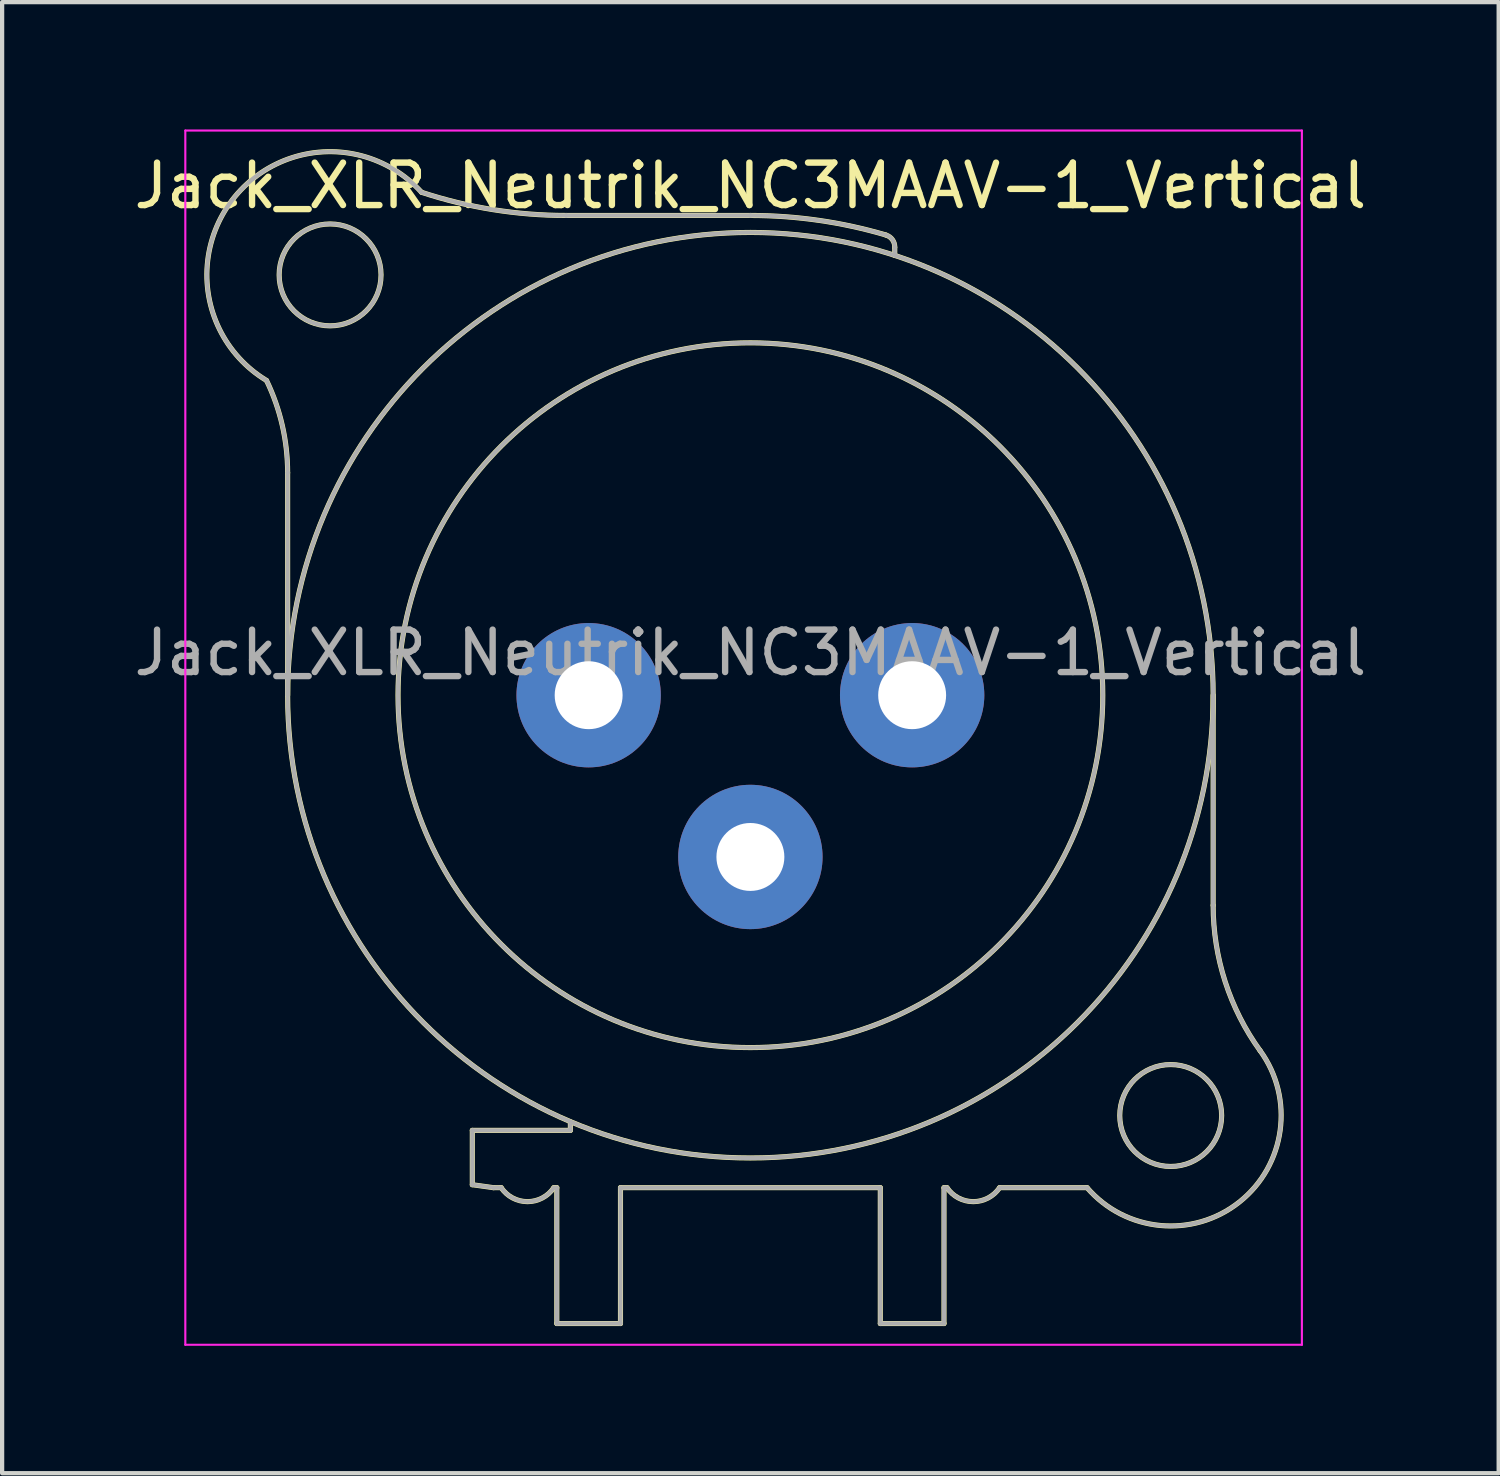
<source format=kicad_pcb>
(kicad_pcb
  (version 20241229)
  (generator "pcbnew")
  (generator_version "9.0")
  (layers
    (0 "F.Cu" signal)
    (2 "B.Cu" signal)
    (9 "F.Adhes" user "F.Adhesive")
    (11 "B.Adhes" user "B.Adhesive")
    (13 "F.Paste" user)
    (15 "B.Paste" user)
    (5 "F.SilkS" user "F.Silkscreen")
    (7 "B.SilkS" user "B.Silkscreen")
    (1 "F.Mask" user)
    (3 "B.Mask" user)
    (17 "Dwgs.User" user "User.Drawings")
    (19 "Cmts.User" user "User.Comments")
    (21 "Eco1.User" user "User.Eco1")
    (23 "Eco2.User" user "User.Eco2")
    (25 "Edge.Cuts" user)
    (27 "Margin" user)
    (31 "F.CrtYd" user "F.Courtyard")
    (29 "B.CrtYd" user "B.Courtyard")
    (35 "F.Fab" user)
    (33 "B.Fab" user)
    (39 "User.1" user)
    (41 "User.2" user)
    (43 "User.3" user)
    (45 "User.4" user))
  (footprint "Jack_XLR_Neutrik_NC3MAAV-1_Vertical"
    (layer "F.Cu")
    (at 10.815 13.325)
    (property "Reference" "Jack_XLR_Neutrik_NC3MAAV-1_Vertical" (at 3.81 -12 0) (layer "F.SilkS") (effects (font (size 1 1) (thickness 0.15))))
    (attr through_hole)
    (fp_line (start -7.09 -5.24) (end -7.09 0) (stroke (width 0.12) (type solid)) (layer "F.SilkS"))
    (fp_line (start -2.74 11.53) (end -2.74 10.25) (stroke (width 0.12) (type solid)) (layer "F.SilkS"))
    (fp_line (start -2.74 11.53) (end -2.24 11.6) (stroke (width 0.12) (type solid)) (layer "F.SilkS"))
    (fp_line (start -2.24 11.6) (end -2.06 11.6) (stroke (width 0.12) (type solid)) (layer "F.SilkS"))
    (fp_line (start -0.75 11.6) (end -0.82 11.6) (stroke (width 0.12) (type solid)) (layer "F.SilkS"))
    (fp_line (start -0.75 11.6) (end -0.75 14.8) (stroke (width 0.12) (type solid)) (layer "F.SilkS"))
    (fp_line (start -0.43 10.25) (end -2.74 10.25) (stroke (width 0.12) (type solid)) (layer "F.SilkS"))
    (fp_line (start -0.43 10.25) (end -0.43 10.05) (stroke (width 0.12) (type solid)) (layer "F.SilkS"))
    (fp_line (start 0.75 11.6) (end 0.75 14.8) (stroke (width 0.12) (type solid)) (layer "F.SilkS"))
    (fp_line (start 0.75 11.6) (end 6.87 11.6) (stroke (width 0.12) (type solid)) (layer "F.SilkS"))
    (fp_line (start 0.75 14.8) (end -0.75 14.8) (stroke (width 0.12) (type solid)) (layer "F.SilkS"))
    (fp_line (start 3.81 -11.3) (end -0.53 -11.3) (stroke (width 0.12) (type solid)) (layer "F.SilkS"))
    (fp_line (start 6.87 11.6) (end 6.87 14.8) (stroke (width 0.12) (type solid)) (layer "F.SilkS"))
    (fp_line (start 7.21 -10.36) (end 7.21 -10.55) (stroke (width 0.12) (type solid)) (layer "F.SilkS"))
    (fp_line (start 8.37 11.6) (end 8.37 14.8) (stroke (width 0.12) (type solid)) (layer "F.SilkS"))
    (fp_line (start 8.37 11.6) (end 8.44 11.6) (stroke (width 0.12) (type solid)) (layer "F.SilkS"))
    (fp_line (start 8.37 14.8) (end 6.87 14.8) (stroke (width 0.12) (type solid)) (layer "F.SilkS"))
    (fp_line (start 9.68 11.6) (end 11.74 11.6) (stroke (width 0.12) (type solid)) (layer "F.SilkS"))
    (fp_line (start 14.71 4.95) (end 14.71 0) (stroke (width 0.12) (type solid)) (layer "F.SilkS"))
    (fp_arc (start -7.588965 -7.414421) (mid -8.331551 -11.74403) (end -3.94 -11.85) (stroke (width 0.12) (type solid)) (layer "F.SilkS"))
    (fp_arc (start -7.584615 -7.408295) (mid -7.215222 -6.351997) (end -7.09 -5.24) (stroke (width 0.12) (type solid)) (layer "F.SilkS"))
    (fp_arc (start -0.820521 11.600769) (mid -1.440464 11.928866) (end -2.06 11.6) (stroke (width 0.12) (type solid)) (layer "F.SilkS"))
    (fp_arc (start -0.53 -11.3) (mid -2.253923 -11.43719) (end -3.934451 -11.845305) (stroke (width 0.12) (type solid)) (layer "F.SilkS"))
    (fp_arc (start 3.81 -11.3) (mid 5.421707 -11.184471) (end 7.000458 -10.840248) (stroke (width 0.12) (type solid)) (layer "F.SilkS"))
    (fp_arc (start 7.004232 -10.837678) (mid 7.156013 -10.728814) (end 7.21 -10.55) (stroke (width 0.12) (type solid)) (layer "F.SilkS"))
    (fp_arc (start 9.679479 11.600769) (mid 9.059536 11.928866) (end 8.44 11.6) (stroke (width 0.12) (type solid)) (layer "F.SilkS"))
    (fp_arc (start 15.815277 8.372002) (mid 14.993173 6.748036) (end 14.71 4.95) (stroke (width 0.12) (type solid)) (layer "F.SilkS"))
    (fp_arc (start 15.815343 8.370807) (mid 15.326014 11.93946) (end 11.74 11.6) (stroke (width 0.12) (type solid)) (layer "F.SilkS"))
    (fp_circle (center -6.09 -9.9) (end -4.89 -9.9) (stroke (width 0.12) (type solid)) (fill no) (layer "F.SilkS"))
    (fp_circle (center 3.81 0) (end 12.11 0) (stroke (width 0.12) (type solid)) (fill no) (layer "F.SilkS"))
    (fp_circle (center 3.81 0) (end 14.71 0) (stroke (width 0.12) (type solid)) (fill no) (layer "F.SilkS"))
    (fp_circle (center 13.71 9.9) (end 14.91 9.9) (stroke (width 0.12) (type solid)) (fill no) (layer "F.SilkS"))
    (fp_line (start -9.5 -13.3) (end 16.8 -13.3) (stroke (width 0.05) (type solid)) (layer "F.CrtYd"))
    (fp_line (start -9.5 15.3) (end -9.5 -13.3) (stroke (width 0.05) (type solid)) (layer "F.CrtYd"))
    (fp_line (start 16.8 -13.3) (end 16.8 15.3) (stroke (width 0.05) (type solid)) (layer "F.CrtYd"))
    (fp_line (start 16.8 15.3) (end -9.5 15.3) (stroke (width 0.05) (type solid)) (layer "F.CrtYd"))
    (fp_line (start -7.09 -5.24) (end -7.09 0) (stroke (width 0.1) (type solid)) (layer "F.Fab"))
    (fp_line (start -2.74 11.53) (end -2.74 10.25) (stroke (width 0.1) (type solid)) (layer "F.Fab"))
    (fp_line (start -2.74 11.53) (end -2.24 11.6) (stroke (width 0.1) (type solid)) (layer "F.Fab"))
    (fp_line (start -2.24 11.6) (end -2.06 11.6) (stroke (width 0.1) (type solid)) (layer "F.Fab"))
    (fp_line (start -0.75 11.6) (end -0.82 11.6) (stroke (width 0.1) (type solid)) (layer "F.Fab"))
    (fp_line (start -0.75 11.6) (end -0.75 14.8) (stroke (width 0.1) (type solid)) (layer "F.Fab"))
    (fp_line (start -0.43 10.25) (end -2.74 10.25) (stroke (width 0.1) (type solid)) (layer "F.Fab"))
    (fp_line (start -0.43 10.25) (end -0.43 10.05) (stroke (width 0.1) (type solid)) (layer "F.Fab"))
    (fp_line (start 0.75 11.6) (end 0.75 14.8) (stroke (width 0.1) (type solid)) (layer "F.Fab"))
    (fp_line (start 0.75 11.6) (end 6.87 11.6) (stroke (width 0.1) (type solid)) (layer "F.Fab"))
    (fp_line (start 0.75 14.8) (end -0.75 14.8) (stroke (width 0.1) (type solid)) (layer "F.Fab"))
    (fp_line (start 3.81 -11.3) (end -0.53 -11.3) (stroke (width 0.1) (type solid)) (layer "F.Fab"))
    (fp_line (start 6.87 11.6) (end 6.87 14.8) (stroke (width 0.1) (type solid)) (layer "F.Fab"))
    (fp_line (start 7.21 -10.36) (end 7.21 -10.55) (stroke (width 0.1) (type solid)) (layer "F.Fab"))
    (fp_line (start 8.37 11.6) (end 8.37 14.8) (stroke (width 0.1) (type solid)) (layer "F.Fab"))
    (fp_line (start 8.37 11.6) (end 8.44 11.6) (stroke (width 0.1) (type solid)) (layer "F.Fab"))
    (fp_line (start 8.37 14.8) (end 6.87 14.8) (stroke (width 0.1) (type solid)) (layer "F.Fab"))
    (fp_line (start 9.68 11.6) (end 11.74 11.6) (stroke (width 0.1) (type solid)) (layer "F.Fab"))
    (fp_line (start 14.71 4.95) (end 14.71 0) (stroke (width 0.1) (type solid)) (layer "F.Fab"))
    (fp_arc (start -7.588965 -7.414421) (mid -8.331551 -11.74403) (end -3.94 -11.85) (stroke (width 0.1) (type solid)) (layer "F.Fab"))
    (fp_arc (start -7.584615 -7.408295) (mid -7.215222 -6.351997) (end -7.09 -5.24) (stroke (width 0.1) (type solid)) (layer "F.Fab"))
    (fp_arc (start -0.820521 11.600769) (mid -1.440464 11.928866) (end -2.06 11.6) (stroke (width 0.1) (type solid)) (layer "F.Fab"))
    (fp_arc (start -0.53 -11.3) (mid -2.253923 -11.43719) (end -3.934451 -11.845305) (stroke (width 0.1) (type solid)) (layer "F.Fab"))
    (fp_arc (start 3.81 -11.3) (mid 5.421707 -11.184471) (end 7.000458 -10.840248) (stroke (width 0.1) (type solid)) (layer "F.Fab"))
    (fp_arc (start 7.004232 -10.837678) (mid 7.156013 -10.728814) (end 7.21 -10.55) (stroke (width 0.1) (type solid)) (layer "F.Fab"))
    (fp_arc (start 9.679479 11.600769) (mid 9.059536 11.928866) (end 8.44 11.6) (stroke (width 0.1) (type solid)) (layer "F.Fab"))
    (fp_arc (start 15.815277 8.372002) (mid 14.993173 6.748036) (end 14.71 4.95) (stroke (width 0.1) (type solid)) (layer "F.Fab"))
    (fp_arc (start 15.815343 8.370807) (mid 15.326014 11.93946) (end 11.74 11.6) (stroke (width 0.1) (type solid)) (layer "F.Fab"))
    (fp_circle (center -6.09 -9.9) (end -4.89 -9.9) (stroke (width 0.1) (type solid)) (fill no) (layer "F.Fab"))
    (fp_circle (center 3.81 0) (end 12.11 0) (stroke (width 0.1) (type solid)) (fill no) (layer "F.Fab"))
    (fp_circle (center 3.81 0) (end 14.71 0) (stroke (width 0.1) (type solid)) (fill no) (layer "F.Fab"))
    (fp_circle (center 13.71 9.9) (end 14.91 9.9) (stroke (width 0.1) (type solid)) (fill no) (layer "F.Fab"))
    (fp_text user "${REFERENCE}" (at 3.81 -1 0) (layer "F.Fab") (effects (font (size 1 1) (thickness 0.15))))
    (pad "1" thru_hole circle (at 0 0) (size 3.4 3.4) (drill 1.6) (layers "*.Cu" "*.Mask"))
    (pad "2" thru_hole circle (at 7.62 0) (size 3.4 3.4) (drill 1.6) (layers "*.Cu" "*.Mask"))
    (pad "3" thru_hole circle (at 3.81 3.81) (size 3.4 3.4) (drill 1.6) (layers "*.Cu" "*.Mask")))
  (gr_rect
    (start -3 -3)
    (end 32.25 31.65)
    (stroke (width 0.1) (type default))
    (fill no)
    (layer "Edge.Cuts")))
</source>
